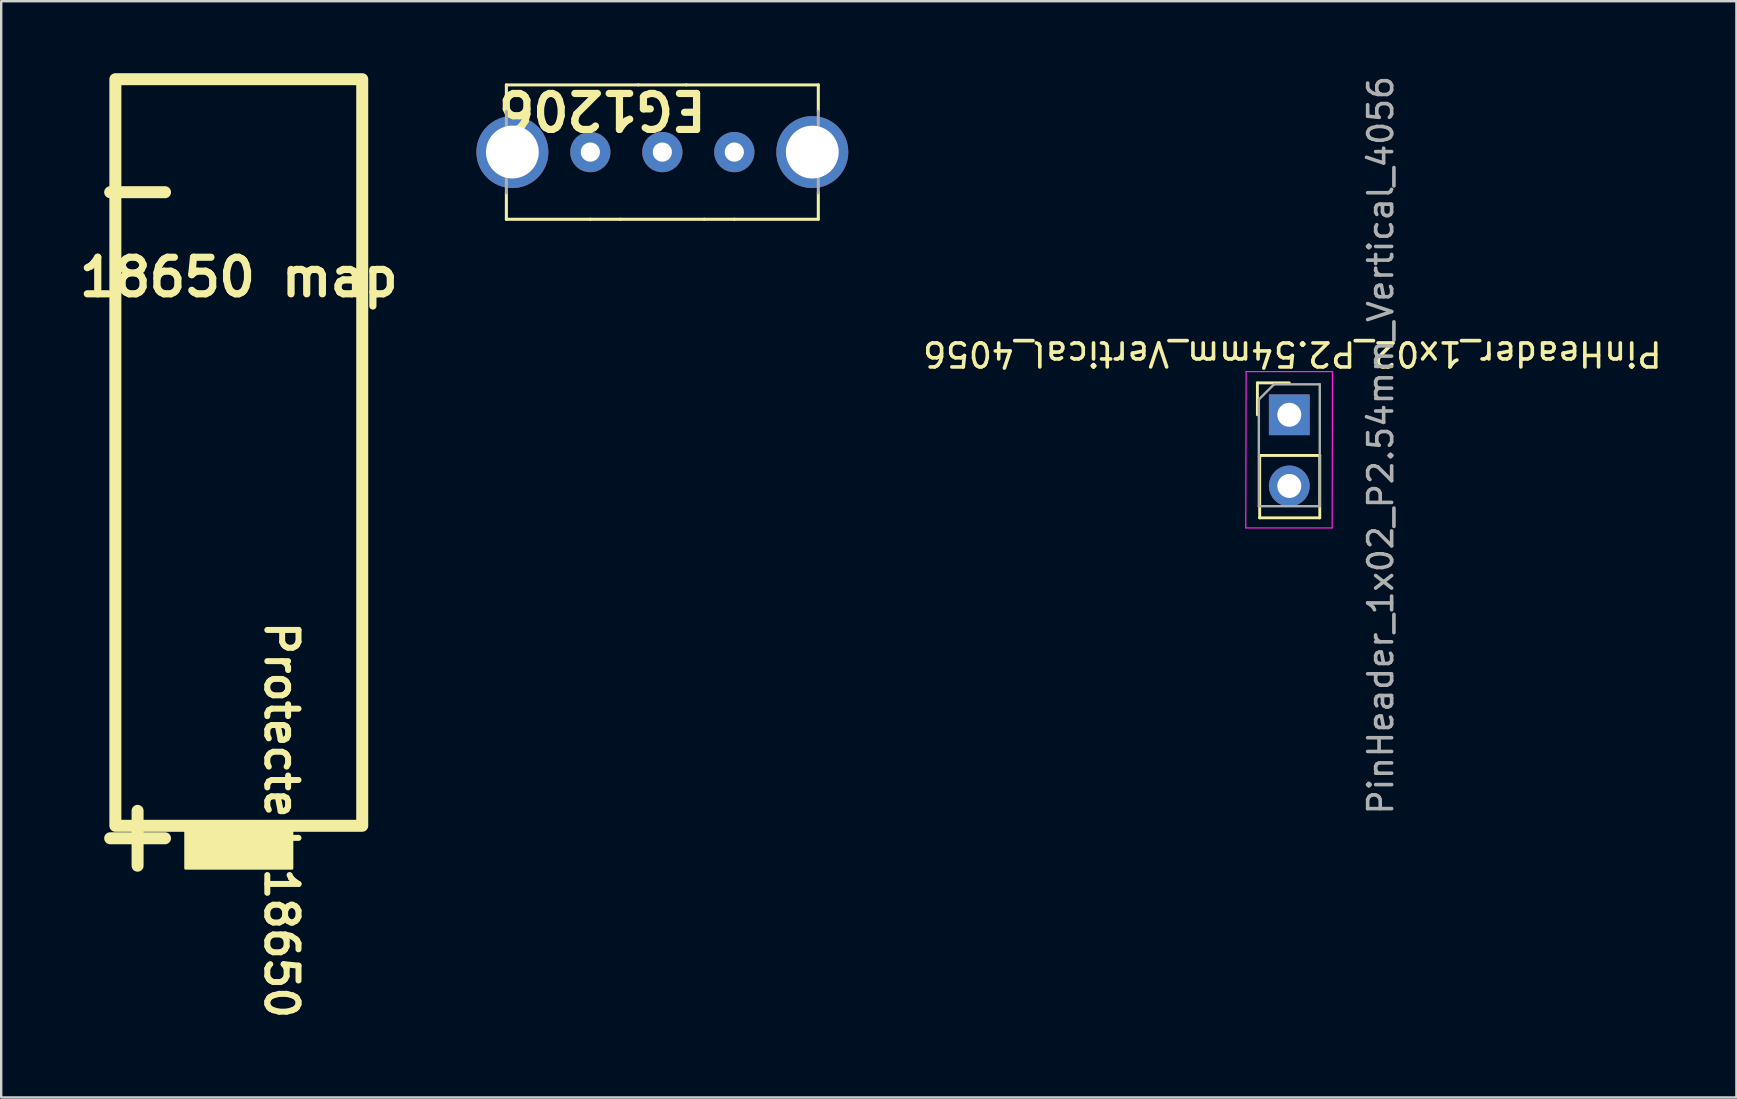
<source format=kicad_pcb>
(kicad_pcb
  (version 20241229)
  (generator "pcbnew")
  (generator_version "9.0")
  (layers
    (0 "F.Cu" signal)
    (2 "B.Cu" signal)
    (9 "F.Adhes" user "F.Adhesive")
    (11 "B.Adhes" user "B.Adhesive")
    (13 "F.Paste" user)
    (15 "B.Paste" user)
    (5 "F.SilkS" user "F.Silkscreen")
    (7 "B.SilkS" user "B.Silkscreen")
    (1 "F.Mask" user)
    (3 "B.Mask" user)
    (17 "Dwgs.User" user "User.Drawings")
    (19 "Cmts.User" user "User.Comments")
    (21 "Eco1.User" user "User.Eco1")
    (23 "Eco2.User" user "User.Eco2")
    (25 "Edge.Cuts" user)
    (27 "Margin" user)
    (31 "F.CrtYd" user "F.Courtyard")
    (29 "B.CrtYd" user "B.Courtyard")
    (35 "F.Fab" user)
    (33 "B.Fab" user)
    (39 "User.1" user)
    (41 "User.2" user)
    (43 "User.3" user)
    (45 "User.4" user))
  (footprint "EG1206"
    (layer "F.Cu")
    (at 24.553 3.288)
    (property "Reference" "EG1206" (at 1.981 -0.888 180) (unlocked yes) (layer "F.SilkS") (effects (font (size 1.5 1.5) (thickness 0.3) (bold yes)) (justify left top)))
    (attr through_hole)
    (fp_line (start -6.5 -2.8) (end -6.5 -1.7) (stroke (width 0.127) (type solid)) (layer "F.SilkS"))
    (fp_line (start -6.5 -2.8) (end -1 -2.8) (stroke (width 0.127) (type solid)) (layer "F.SilkS"))
    (fp_line (start -6.5 2.8) (end -6.5 1.7) (stroke (width 0.127) (type solid)) (layer "F.SilkS"))
    (fp_line (start -3 2.8) (end -6.5 2.8) (stroke (width 0.127) (type solid)) (layer "F.SilkS"))
    (fp_line (start -1.75 2.8) (end -3 2.8) (stroke (width 0.127) (type solid)) (layer "F.SilkS"))
    (fp_line (start -1 -2.8) (end 1 -2.8) (stroke (width 0.127) (type solid)) (layer "F.SilkS"))
    (fp_line (start 1 -2.8) (end 6.5 -2.8) (stroke (width 0.127) (type solid)) (layer "F.SilkS"))
    (fp_line (start 1.75 2.8) (end -1.75 2.8) (stroke (width 0.127) (type solid)) (layer "F.SilkS"))
    (fp_line (start 3 2.8) (end 1.75 2.8) (stroke (width 0.127) (type solid)) (layer "F.SilkS"))
    (fp_line (start 6.5 -2.8) (end 6.5 -1.7) (stroke (width 0.127) (type solid)) (layer "F.SilkS"))
    (fp_line (start 6.5 2.8) (end 3 2.8) (stroke (width 0.127) (type solid)) (layer "F.SilkS"))
    (fp_line (start 6.5 2.8) (end 6.5 1.7) (stroke (width 0.127) (type solid)) (layer "F.SilkS"))
    (fp_line (start -6.5 -1.7) (end -6.5 1.7) (stroke (width 0.127) (type solid)) (layer "F.Fab"))
    (fp_line (start 6.5 -1.7) (end 6.5 1.7) (stroke (width 0.127) (type solid)) (layer "F.Fab"))
    (pad "1" thru_hole circle (at -3 0) (size 1.676 1.676) (drill 0.8) (layers "*.Cu" "*.Mask"))
    (pad "2" thru_hole circle (at 0 0) (size 1.676 1.676) (drill 0.8) (layers "*.Cu" "*.Mask"))
    (pad "3" thru_hole circle (at 3 0) (size 1.676 1.676) (drill 0.8) (layers "*.Cu" "*.Mask"))
    (pad "MT1" thru_hole circle (at -6.25 0) (size 3 3) (drill 2.2) (layers "*.Cu" "*.Mask"))
    (pad "MT2" thru_hole circle (at 6.25 0) (size 3 3) (drill 2.2) (layers "*.Cu" "*.Mask")))
  (footprint "18650 map"
    (layer "F.Cu")
    (at 6.902 8.505)
    (property "Reference" "18650 map" (at 0 0 0) (layer "F.SilkS") (effects (font (size 1.524 1.524) (thickness 0.3))))
    (attr through_hole)
    (fp_rect (start -5.144 -8.255) (end 5.144 22.86) (stroke (width 0.5) (type solid)) (fill no) (layer "F.SilkS"))
    (fp_rect (start -2.223 22.733) (end 2.223 24.638) (stroke (width 0.1) (type solid)) (fill yes) (layer "F.SilkS"))
    (fp_text user "+" (at -2.032 21.844 180) (unlocked yes) (layer "F.SilkS") (effects (font (size 3 3) (thickness 0.5) (bold yes)) (justify left bottom)))
    (fp_text user "Protected 18650" (at 1.016 14.224 270) (unlocked yes) (layer "F.SilkS") (effects (font (size 1.3 1.3) (thickness 0.25) (bold yes)) (justify left bottom)))
    (fp_text user "-" (at -2.032 -5.08 180) (unlocked yes) (layer "F.SilkS") (effects (font (size 3 3) (thickness 0.5)) (justify left bottom))))
  (footprint "PinHeader_1x02_P2.54mm_Vertical_4056"
    (layer "F.Cu")
    (at 50.682 14.236)
    (property "Reference" "PinHeader_1x02_P2.54mm_Vertical_4056" (at 0.127 -2.54 180) (unlocked yes) (layer "F.SilkS") (effects (font (size 1 1) (thickness 0.15))))
    (attr through_hole)
    (fp_line (start -1.33 -1.33) (end 0 -1.33) (stroke (width 0.12) (type solid)) (layer "F.SilkS"))
    (fp_line (start -1.33 0) (end -1.33 -1.33) (stroke (width 0.12) (type solid)) (layer "F.SilkS"))
    (fp_line (start -1.234 1.696) (end -1.234 4.295) (stroke (width 0.12) (type solid)) (layer "F.SilkS"))
    (fp_line (start -1.234 1.696) (end 1.27 1.696) (stroke (width 0.12) (type solid)) (layer "F.SilkS"))
    (fp_line (start -1.234 4.295) (end 1.27 4.295) (stroke (width 0.12) (type solid)) (layer "F.SilkS"))
    (fp_line (start 1.27 1.696) (end 1.27 4.295) (stroke (width 0.12) (type solid)) (layer "F.SilkS"))
    (fp_line (start -1.814 4.716) (end 1.786 4.716) (stroke (width 0.05) (type solid)) (layer "F.CrtYd"))
    (fp_line (start -1.8 -1.8) (end -1.814 4.716) (stroke (width 0.05) (type solid)) (layer "F.CrtYd"))
    (fp_line (start 1.786 4.716) (end 1.8 -1.8) (stroke (width 0.05) (type solid)) (layer "F.CrtYd"))
    (fp_line (start 1.8 -1.8) (end -1.8 -1.8) (stroke (width 0.05) (type solid)) (layer "F.CrtYd"))
    (fp_line (start -1.27 -0.635) (end -0.635 -1.27) (stroke (width 0.1) (type solid)) (layer "F.Fab"))
    (fp_line (start -1.27 3.81) (end -1.27 -0.635) (stroke (width 0.1) (type solid)) (layer "F.Fab"))
    (fp_line (start -0.635 -1.27) (end 1.27 -1.27) (stroke (width 0.1) (type solid)) (layer "F.Fab"))
    (fp_line (start 1.27 -1.27) (end 1.27 3.81) (stroke (width 0.1) (type solid)) (layer "F.Fab"))
    (fp_line (start 1.27 3.81) (end -1.27 3.81) (stroke (width 0.1) (type solid)) (layer "F.Fab"))
    (fp_text user "${REFERENCE}" (at 3.81 1.27 90) (layer "F.Fab") (effects (font (size 1 1) (thickness 0.15))))
    (pad "1" thru_hole rect (at 0 0) (size 1.7 1.7) (drill 1) (layers "*.Cu" "*.Mask"))
    (pad "2" thru_hole oval (at 0 2.966) (size 1.7 1.7) (drill 1) (layers "*.Cu" "*.Mask")))
  (gr_rect
    (start -3 -3)
    (end 69.315 42.686)
    (stroke (width 0.1) (type default))
    (fill no)
    (layer "Edge.Cuts")))
</source>
